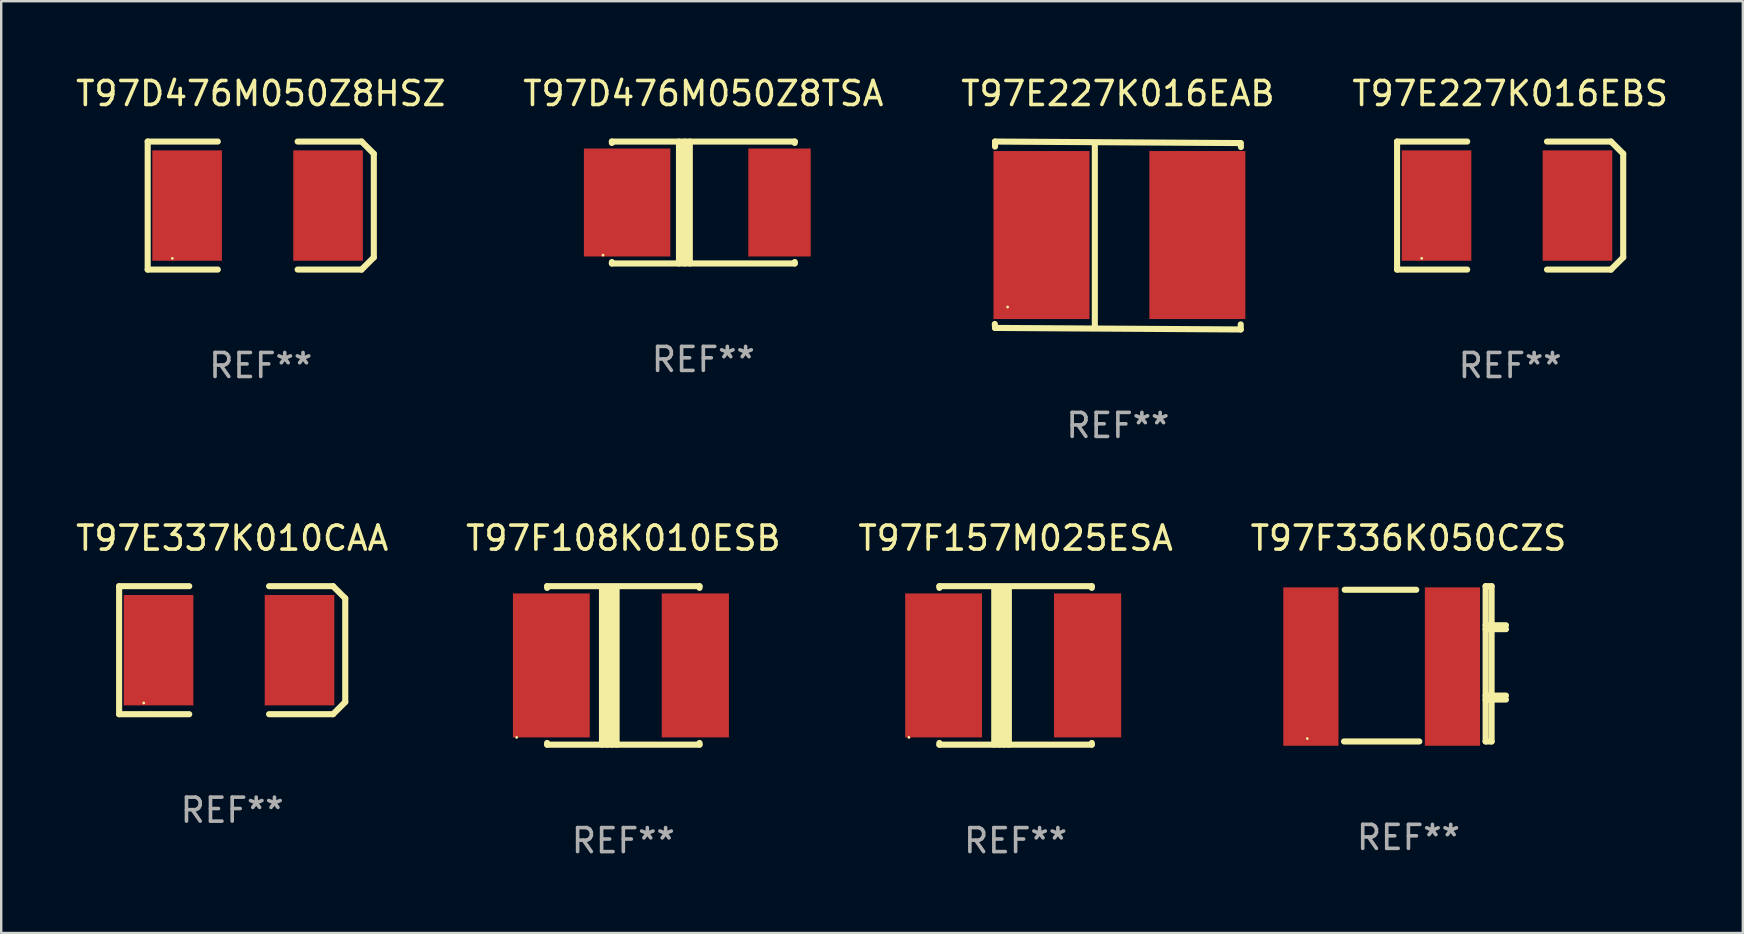
<source format=kicad_pcb>
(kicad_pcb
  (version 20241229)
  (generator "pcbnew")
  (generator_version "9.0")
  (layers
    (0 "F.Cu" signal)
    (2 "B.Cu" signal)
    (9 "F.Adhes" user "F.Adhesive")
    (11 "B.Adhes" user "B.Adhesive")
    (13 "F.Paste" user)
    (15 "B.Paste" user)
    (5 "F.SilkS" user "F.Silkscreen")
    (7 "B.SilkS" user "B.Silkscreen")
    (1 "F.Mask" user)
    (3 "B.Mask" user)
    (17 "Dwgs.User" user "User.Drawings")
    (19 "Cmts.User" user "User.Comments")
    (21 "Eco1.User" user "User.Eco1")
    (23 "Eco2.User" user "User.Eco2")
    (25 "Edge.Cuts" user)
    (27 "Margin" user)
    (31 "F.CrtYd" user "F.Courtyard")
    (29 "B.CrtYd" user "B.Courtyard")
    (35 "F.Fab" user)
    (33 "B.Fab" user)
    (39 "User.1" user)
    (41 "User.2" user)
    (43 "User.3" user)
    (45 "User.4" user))
  (footprint "T97E337K010CAA"
    (layer "F.Cu")
    (at 6.625 24.042)
    (property "Reference" "T97E337K010CAA" (at 0 -4.667 0) (layer "F.SilkS") (effects (font (size 1 1) (thickness 0.15))))
    (attr through_hole)
    (fp_line (start -4.711 -2.667) (end -4.711 2.667) (stroke (width 0.254) (type solid)) (layer "F.SilkS"))
    (fp_line (start -4.711 -2.667) (end -1.79 -2.667) (stroke (width 0.254) (type solid)) (layer "F.SilkS"))
    (fp_line (start -4.711 2.667) (end -1.79 2.667) (stroke (width 0.254) (type solid)) (layer "F.SilkS"))
    (fp_line (start 4.203 -2.667) (end 1.536 -2.667) (stroke (width 0.254) (type solid)) (layer "F.SilkS"))
    (fp_line (start 4.203 2.667) (end 1.536 2.667) (stroke (width 0.254) (type solid)) (layer "F.SilkS"))
    (fp_line (start 4.203 2.667) (end 4.711 2.159) (stroke (width 0.254) (type solid)) (layer "F.SilkS"))
    (fp_line (start 4.711 -2.159) (end 4.203 -2.667) (stroke (width 0.254) (type solid)) (layer "F.SilkS"))
    (fp_line (start 4.711 2.159) (end 4.711 -2.159) (stroke (width 0.254) (type solid)) (layer "F.SilkS"))
    (fp_circle (center -3.685 2.2) (end -3.655 2.2) (stroke (width 0.06) (type solid)) (fill no) (layer "F.SilkS"))
    (fp_text user "REF**" (at 0 6.667 0) (layer "F.Fab") (effects (font (size 1 1) (thickness 0.15))))
    (pad "1" smd rect (at -3.068 0) (size 2.9 4.6) (layers "F.Cu" "F.Mask" "F.Paste"))
    (pad "2" smd rect (at 2.805 0) (size 2.9 4.6) (layers "F.Cu" "F.Mask" "F.Paste")))
  (footprint "T97F336K050CZS"
    (layer "F.Cu")
    (at 55.637 24.61)
    (property "Reference" "T97F336K050CZS" (at 0 -5.235 0) (layer "F.SilkS") (effects (font (size 1 1) (thickness 0.15))))
    (attr through_hole)
    (fp_line (start -2.655 -3.085) (end 0.325 -3.085) (stroke (width 0.254) (type solid)) (layer "F.SilkS"))
    (fp_line (start 0.454 3.235) (end -2.685 3.235) (stroke (width 0.254) (type solid)) (layer "F.SilkS"))
    (fp_line (start 3.215 1.325) (end 4.064 1.325) (stroke (width 0.254) (type solid)) (layer "F.SilkS"))
    (fp_line (start 3.215 1.488) (end 4.064 1.488) (stroke (width 0.254) (type solid)) (layer "F.SilkS"))
    (fp_line (start 3.216 -3.235) (end 3.216 3.235) (stroke (width 0.254) (type solid)) (layer "F.SilkS"))
    (fp_line (start 3.216 -3.235) (end 3.465 -3.235) (stroke (width 0.254) (type solid)) (layer "F.SilkS"))
    (fp_line (start 3.216 -1.606) (end 4.065 -1.606) (stroke (width 0.254) (type solid)) (layer "F.SilkS"))
    (fp_line (start 3.216 -1.443) (end 4.065 -1.443) (stroke (width 0.254) (type solid)) (layer "F.SilkS"))
    (fp_line (start 3.465 -3.235) (end 3.465 3.235) (stroke (width 0.254) (type solid)) (layer "F.SilkS"))
    (fp_line (start 3.465 3.235) (end 3.216 3.235) (stroke (width 0.254) (type solid)) (layer "F.SilkS"))
    (fp_circle (center -4.215 3.115) (end -4.185 3.115) (stroke (width 0.06) (type solid)) (fill no) (layer "F.SilkS"))
    (fp_text user "REF**" (at 0 7.235 0) (layer "F.Fab") (effects (font (size 1 1) (thickness 0.15))))
    (pad "1" smd rect (at -4.065 0.115) (size 2.3 6.6) (layers "F.Cu" "F.Mask" "F.Paste"))
    (pad "2" smd rect (at 1.835 0.115) (size 2.3 6.6) (layers "F.Cu" "F.Mask" "F.Paste")))
  (footprint "T97F157M025ESA"
    (layer "F.Cu")
    (at 39.268 24.677)
    (property "Reference" "T97F157M025ESA" (at 0 -5.302 0) (layer "F.SilkS") (effects (font (size 1 1) (thickness 0.15))))
    (attr through_hole)
    (fp_line (start -3.175 -3.231) (end -3.175 -3.302) (stroke (width 0.254) (type solid)) (layer "F.SilkS"))
    (fp_line (start -3.175 3.302) (end -3.175 3.231) (stroke (width 0.254) (type solid)) (layer "F.SilkS"))
    (fp_line (start -3.175 3.302) (end 3.175 3.302) (stroke (width 0.254) (type solid)) (layer "F.SilkS"))
    (fp_line (start -0.889 -3.175) (end -0.889 3.302) (stroke (width 0.254) (type solid)) (layer "F.SilkS"))
    (fp_line (start -0.688 -3.175) (end -0.688 3.302) (stroke (width 0.254) (type solid)) (layer "F.SilkS"))
    (fp_line (start -0.478 -3.175) (end -0.478 3.302) (stroke (width 0.254) (type solid)) (layer "F.SilkS"))
    (fp_line (start -0.281 -3.175) (end -0.281 3.302) (stroke (width 0.254) (type solid)) (layer "F.SilkS"))
    (fp_line (start 3.175 -3.302) (end -3.175 -3.302) (stroke (width 0.254) (type solid)) (layer "F.SilkS"))
    (fp_line (start 3.175 -3.302) (end 3.175 -3.231) (stroke (width 0.254) (type solid)) (layer "F.SilkS"))
    (fp_line (start 3.175 3.231) (end 3.175 3.302) (stroke (width 0.254) (type solid)) (layer "F.SilkS"))
    (fp_circle (center -4.445 3) (end -4.415 3) (stroke (width 0.06) (type solid)) (fill no) (layer "F.SilkS"))
    (fp_text user "REF**" (at 0 7.302 0) (layer "F.Fab") (effects (font (size 1 1) (thickness 0.15))))
    (pad "1" smd rect (at -3 0) (size 3.2 6) (layers "F.Cu" "F.Mask" "F.Paste"))
    (pad "2" smd rect (at 3 0) (size 2.8 6) (layers "F.Cu" "F.Mask" "F.Paste")))
  (footprint "T97D476M050Z8TSA"
    (layer "F.Cu")
    (at 26.256 5.388)
    (property "Reference" "T97D476M050Z8TSA" (at 0 -4.54 0) (layer "F.SilkS") (effects (font (size 1 1) (thickness 0.15))))
    (attr through_hole)
    (fp_line (start -3.81 -2.54) (end -3.81 -2.481) (stroke (width 0.254) (type solid)) (layer "F.SilkS"))
    (fp_line (start -3.81 -2.54) (end 3.81 -2.54) (stroke (width 0.254) (type solid)) (layer "F.SilkS"))
    (fp_line (start -3.81 2.481) (end -3.81 2.54) (stroke (width 0.254) (type solid)) (layer "F.SilkS"))
    (fp_line (start -3.81 2.54) (end 3.81 2.54) (stroke (width 0.254) (type solid)) (layer "F.SilkS"))
    (fp_line (start -1.014 -2.54) (end -1.014 2.54) (stroke (width 0.254) (type solid)) (layer "F.SilkS"))
    (fp_line (start -0.774 -2.54) (end -0.774 2.54) (stroke (width 0.254) (type solid)) (layer "F.SilkS"))
    (fp_line (start -0.563 -2.54) (end -0.563 2.54) (stroke (width 0.254) (type solid)) (layer "F.SilkS"))
    (fp_line (start 3.81 -2.481) (end 3.81 -2.54) (stroke (width 0.254) (type solid)) (layer "F.SilkS"))
    (fp_line (start 3.81 2.54) (end 3.81 2.481) (stroke (width 0.254) (type solid)) (layer "F.SilkS"))
    (fp_circle (center -4.179 2.194) (end -4.149 2.194) (stroke (width 0.06) (type solid)) (fill no) (layer "F.SilkS"))
    (fp_text user "REF**" (at 0 6.54 0) (layer "F.Fab") (effects (font (size 1 1) (thickness 0.15))))
    (pad "1" smd rect (at -3.175 0.000076) (size 3.6 4.5) (layers "F.Cu" "F.Mask" "F.Paste"))
    (pad "2" smd rect (at 3.175 0.000076) (size 2.6 4.5) (layers "F.Cu" "F.Mask" "F.Paste")))
  (footprint "T97E227K016EBS"
    (layer "F.Cu")
    (at 59.875 5.515)
    (property "Reference" "T97E227K016EBS" (at 0 -4.667 0) (layer "F.SilkS") (effects (font (size 1 1) (thickness 0.15))))
    (attr through_hole)
    (fp_line (start -4.711 -2.667) (end -4.711 2.667) (stroke (width 0.254) (type solid)) (layer "F.SilkS"))
    (fp_line (start -4.711 -2.667) (end -1.79 -2.667) (stroke (width 0.254) (type solid)) (layer "F.SilkS"))
    (fp_line (start -4.711 2.667) (end -1.79 2.667) (stroke (width 0.254) (type solid)) (layer "F.SilkS"))
    (fp_line (start 4.203 -2.667) (end 1.536 -2.667) (stroke (width 0.254) (type solid)) (layer "F.SilkS"))
    (fp_line (start 4.203 2.667) (end 1.536 2.667) (stroke (width 0.254) (type solid)) (layer "F.SilkS"))
    (fp_line (start 4.203 2.667) (end 4.711 2.159) (stroke (width 0.254) (type solid)) (layer "F.SilkS"))
    (fp_line (start 4.711 -2.159) (end 4.203 -2.667) (stroke (width 0.254) (type solid)) (layer "F.SilkS"))
    (fp_line (start 4.711 2.159) (end 4.711 -2.159) (stroke (width 0.254) (type solid)) (layer "F.SilkS"))
    (fp_circle (center -3.685 2.2) (end -3.655 2.2) (stroke (width 0.06) (type solid)) (fill no) (layer "F.SilkS"))
    (fp_text user "REF**" (at 0 6.667 0) (layer "F.Fab") (effects (font (size 1 1) (thickness 0.15))))
    (pad "1" smd rect (at -3.068 0) (size 2.9 4.6) (layers "F.Cu" "F.Mask" "F.Paste"))
    (pad "2" smd rect (at 2.805 0) (size 2.9 4.6) (layers "F.Cu" "F.Mask" "F.Paste")))
  (footprint "T97E227K016EAB"
    (layer "F.Cu")
    (at 43.53 6.763)
    (property "Reference" "T97E227K016EAB" (at 0 -5.915 0) (layer "F.SilkS") (effects (font (size 1 1) (thickness 0.15))))
    (attr through_hole)
    (fp_line (start -5.119 -3.915) (end 5.117 -3.851) (stroke (width 0.254) (type solid)) (layer "F.SilkS"))
    (fp_line (start -5.119 -3.704) (end -5.119 -3.915) (stroke (width 0.254) (type solid)) (layer "F.SilkS"))
    (fp_line (start -5.117 3.851) (end -5.128 3.686) (stroke (width 0.254) (type solid)) (layer "F.SilkS"))
    (fp_line (start -0.961 -3.801) (end -0.961 3.824) (stroke (width 0.254) (type solid)) (layer "F.SilkS"))
    (fp_line (start 5.117 -3.851) (end 5.128 -3.686) (stroke (width 0.254) (type solid)) (layer "F.SilkS"))
    (fp_line (start 5.119 3.704) (end 5.119 3.915) (stroke (width 0.254) (type solid)) (layer "F.SilkS"))
    (fp_line (start 5.119 3.915) (end -5.117 3.851) (stroke (width 0.254) (type solid)) (layer "F.SilkS"))
    (fp_circle (center -4.594 2.98) (end -4.564 2.98) (stroke (width 0.06) (type solid)) (fill no) (layer "F.SilkS"))
    (fp_text user "REF**" (at 0 7.915 0) (layer "F.Fab") (effects (font (size 1 1) (thickness 0.15))))
    (pad "1" smd rect (at -3.182 -0.02) (size 4 7) (layers "F.Cu" "F.Mask" "F.Paste"))
    (pad "2" smd rect (at 3.311 -0.02) (size 4 7) (layers "F.Cu" "F.Mask" "F.Paste")))
  (footprint "T97F108K010ESB"
    (layer "F.Cu")
    (at 22.923 24.677)
    (property "Reference" "T97F108K010ESB" (at 0 -5.302 0) (layer "F.SilkS") (effects (font (size 1 1) (thickness 0.15))))
    (attr through_hole)
    (fp_line (start -3.175 -3.231) (end -3.175 -3.302) (stroke (width 0.254) (type solid)) (layer "F.SilkS"))
    (fp_line (start -3.175 3.302) (end -3.175 3.231) (stroke (width 0.254) (type solid)) (layer "F.SilkS"))
    (fp_line (start -3.175 3.302) (end 3.175 3.302) (stroke (width 0.254) (type solid)) (layer "F.SilkS"))
    (fp_line (start -0.889 -3.175) (end -0.889 3.302) (stroke (width 0.254) (type solid)) (layer "F.SilkS"))
    (fp_line (start -0.688 -3.175) (end -0.688 3.302) (stroke (width 0.254) (type solid)) (layer "F.SilkS"))
    (fp_line (start -0.478 -3.175) (end -0.478 3.302) (stroke (width 0.254) (type solid)) (layer "F.SilkS"))
    (fp_line (start -0.281 -3.175) (end -0.281 3.302) (stroke (width 0.254) (type solid)) (layer "F.SilkS"))
    (fp_line (start 3.175 -3.302) (end -3.175 -3.302) (stroke (width 0.254) (type solid)) (layer "F.SilkS"))
    (fp_line (start 3.175 -3.302) (end 3.175 -3.231) (stroke (width 0.254) (type solid)) (layer "F.SilkS"))
    (fp_line (start 3.175 3.231) (end 3.175 3.302) (stroke (width 0.254) (type solid)) (layer "F.SilkS"))
    (fp_circle (center -4.445 3) (end -4.415 3) (stroke (width 0.06) (type solid)) (fill no) (layer "F.SilkS"))
    (fp_text user "REF**" (at 0 7.302 0) (layer "F.Fab") (effects (font (size 1 1) (thickness 0.15))))
    (pad "1" smd rect (at -3 0) (size 3.2 6) (layers "F.Cu" "F.Mask" "F.Paste"))
    (pad "2" smd rect (at 3 0) (size 2.8 6) (layers "F.Cu" "F.Mask" "F.Paste")))
  (footprint "T97D476M050Z8HSZ"
    (layer "F.Cu")
    (at 7.815 5.515)
    (property "Reference" "T97D476M050Z8HSZ" (at 0 -4.667 0) (layer "F.SilkS") (effects (font (size 1 1) (thickness 0.15))))
    (attr through_hole)
    (fp_line (start -4.711 -2.667) (end -4.711 2.667) (stroke (width 0.254) (type solid)) (layer "F.SilkS"))
    (fp_line (start -4.711 -2.667) (end -1.79 -2.667) (stroke (width 0.254) (type solid)) (layer "F.SilkS"))
    (fp_line (start -4.711 2.667) (end -1.79 2.667) (stroke (width 0.254) (type solid)) (layer "F.SilkS"))
    (fp_line (start 4.203 -2.667) (end 1.536 -2.667) (stroke (width 0.254) (type solid)) (layer "F.SilkS"))
    (fp_line (start 4.203 2.667) (end 1.536 2.667) (stroke (width 0.254) (type solid)) (layer "F.SilkS"))
    (fp_line (start 4.203 2.667) (end 4.711 2.159) (stroke (width 0.254) (type solid)) (layer "F.SilkS"))
    (fp_line (start 4.711 -2.159) (end 4.203 -2.667) (stroke (width 0.254) (type solid)) (layer "F.SilkS"))
    (fp_line (start 4.711 2.159) (end 4.711 -2.159) (stroke (width 0.254) (type solid)) (layer "F.SilkS"))
    (fp_circle (center -3.685 2.2) (end -3.655 2.2) (stroke (width 0.06) (type solid)) (fill no) (layer "F.SilkS"))
    (fp_text user "REF**" (at 0 6.667 0) (layer "F.Fab") (effects (font (size 1 1) (thickness 0.15))))
    (pad "1" smd rect (at -3.068 0) (size 2.9 4.6) (layers "F.Cu" "F.Mask" "F.Paste"))
    (pad "2" smd rect (at 2.805 0) (size 2.9 4.6) (layers "F.Cu" "F.Mask" "F.Paste")))
  (gr_rect
    (start -3 -3)
    (end 69.571 35.827)
    (stroke (width 0.1) (type default))
    (fill no)
    (layer "Edge.Cuts")))
</source>
